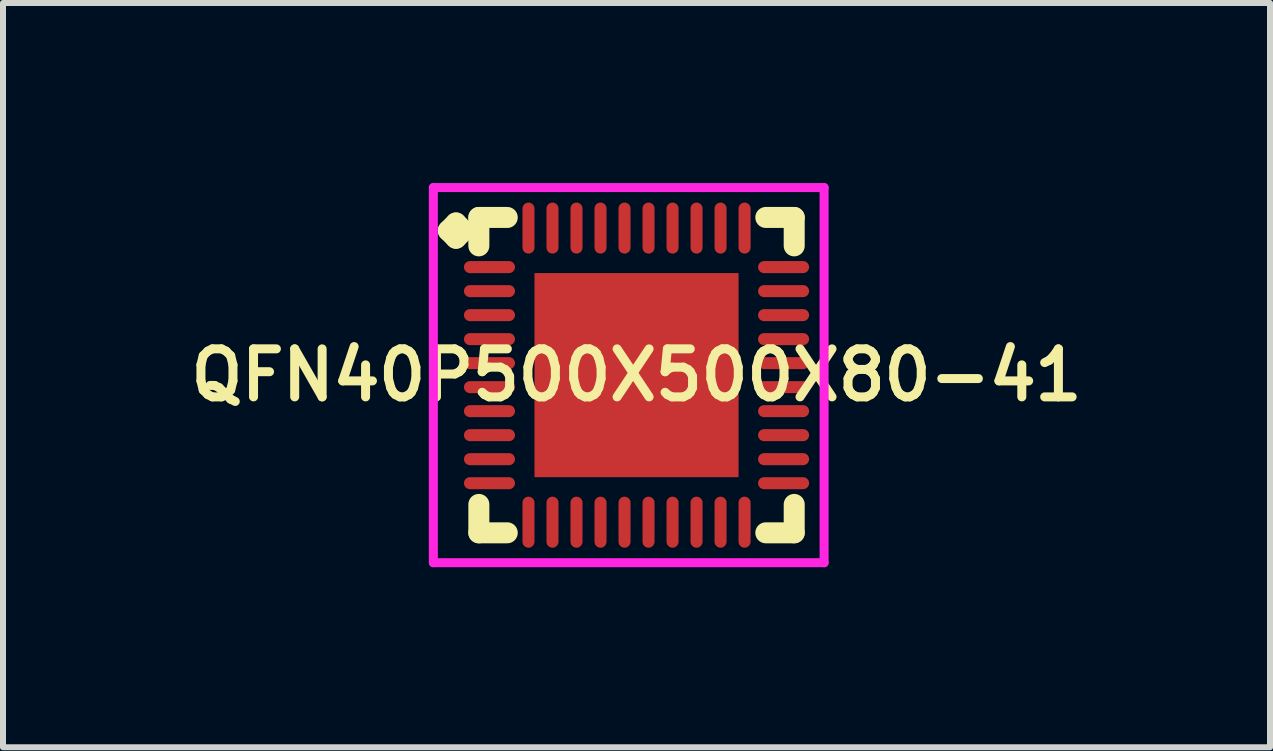
<source format=kicad_pcb>
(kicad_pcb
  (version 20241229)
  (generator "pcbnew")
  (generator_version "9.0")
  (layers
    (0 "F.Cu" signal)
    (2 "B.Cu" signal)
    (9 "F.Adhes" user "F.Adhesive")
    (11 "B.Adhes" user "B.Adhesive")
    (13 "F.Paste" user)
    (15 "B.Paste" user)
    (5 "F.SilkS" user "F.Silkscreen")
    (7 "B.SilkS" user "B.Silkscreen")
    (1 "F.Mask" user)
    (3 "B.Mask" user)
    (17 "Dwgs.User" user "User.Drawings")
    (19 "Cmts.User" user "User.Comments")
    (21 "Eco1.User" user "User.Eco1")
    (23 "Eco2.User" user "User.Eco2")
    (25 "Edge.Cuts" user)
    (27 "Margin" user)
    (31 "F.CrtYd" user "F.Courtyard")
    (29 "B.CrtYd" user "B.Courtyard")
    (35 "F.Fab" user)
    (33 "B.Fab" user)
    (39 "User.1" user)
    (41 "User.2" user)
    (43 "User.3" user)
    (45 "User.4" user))
  (footprint "QFN40P500X500X80-41"
    (layer "F.Cu")
    (at 7.555 3.2)
    (property "Reference" "QFN40P500X500X80-41" (at 0 0 0) (layer "F.SilkS") (effects (font (size 0.8 0.8) (thickness 0.15))))
    (attr smd)
    (fp_line (start -3.135 -2.408) (end -3.008 -2.535) (stroke (width 0.35) (type solid)) (layer "F.SilkS"))
    (fp_line (start -3.008 -2.535) (end -2.881 -2.408) (stroke (width 0.35) (type solid)) (layer "F.SilkS"))
    (fp_line (start -3.008 -2.281) (end -3.135 -2.408) (stroke (width 0.35) (type solid)) (layer "F.SilkS"))
    (fp_line (start -2.881 -2.408) (end -3.008 -2.281) (stroke (width 0.35) (type solid)) (layer "F.SilkS"))
    (fp_line (start -2.627 -2.627) (end -2.154 -2.627) (stroke (width 0.35) (type solid)) (layer "F.SilkS"))
    (fp_line (start -2.627 -2.154) (end -2.627 -2.627) (stroke (width 0.35) (type solid)) (layer "F.SilkS"))
    (fp_line (start -2.627 2.154) (end -2.627 2.627) (stroke (width 0.35) (type solid)) (layer "F.SilkS"))
    (fp_line (start -2.627 2.627) (end -2.154 2.627) (stroke (width 0.35) (type solid)) (layer "F.SilkS"))
    (fp_line (start 2.154 -2.627) (end 2.627 -2.627) (stroke (width 0.35) (type solid)) (layer "F.SilkS"))
    (fp_line (start 2.154 2.627) (end 2.627 2.627) (stroke (width 0.35) (type solid)) (layer "F.SilkS"))
    (fp_line (start 2.627 -2.627) (end 2.627 -2.154) (stroke (width 0.35) (type solid)) (layer "F.SilkS"))
    (fp_line (start 2.627 2.627) (end 2.627 2.154) (stroke (width 0.35) (type solid)) (layer "F.SilkS"))
    (fp_line (start -3.385 -3.125) (end 3.125 -3.125) (stroke (width 0.15) (type solid)) (layer "F.CrtYd"))
    (fp_line (start -3.385 3.125) (end -3.385 -3.125) (stroke (width 0.15) (type solid)) (layer "F.CrtYd"))
    (fp_line (start 3.125 -3.125) (end 3.125 3.125) (stroke (width 0.15) (type solid)) (layer "F.CrtYd"))
    (fp_line (start 3.125 3.125) (end -3.385 3.125) (stroke (width 0.15) (type solid)) (layer "F.CrtYd"))
    (pad "1" smd oval (at -2.45 -1.8) (size 0.85 0.2) (layers "F.Cu" "F.Mask" "F.Paste"))
    (pad "2" smd oval (at -2.45 -1.4) (size 0.85 0.2) (layers "F.Cu" "F.Mask" "F.Paste"))
    (pad "3" smd oval (at -2.45 -1) (size 0.85 0.2) (layers "F.Cu" "F.Mask" "F.Paste"))
    (pad "4" smd oval (at -2.45 -0.6) (size 0.85 0.2) (layers "F.Cu" "F.Mask" "F.Paste"))
    (pad "5" smd oval (at -2.45 -0.2) (size 0.85 0.2) (layers "F.Cu" "F.Mask" "F.Paste"))
    (pad "6" smd oval (at -2.45 0.2) (size 0.85 0.2) (layers "F.Cu" "F.Mask" "F.Paste"))
    (pad "7" smd oval (at -2.45 0.6) (size 0.85 0.2) (layers "F.Cu" "F.Mask" "F.Paste"))
    (pad "8" smd oval (at -2.45 1) (size 0.85 0.2) (layers "F.Cu" "F.Mask" "F.Paste"))
    (pad "9" smd oval (at -2.45 1.4) (size 0.85 0.2) (layers "F.Cu" "F.Mask" "F.Paste"))
    (pad "10" smd oval (at -2.45 1.8) (size 0.85 0.2) (layers "F.Cu" "F.Mask" "F.Paste"))
    (pad "11" smd oval (at -1.8 2.45) (size 0.2 0.85) (layers "F.Cu" "F.Mask" "F.Paste"))
    (pad "12" smd oval (at -1.4 2.45) (size 0.2 0.85) (layers "F.Cu" "F.Mask" "F.Paste"))
    (pad "13" smd oval (at -1 2.45) (size 0.2 0.85) (layers "F.Cu" "F.Mask" "F.Paste"))
    (pad "14" smd oval (at -0.6 2.45) (size 0.2 0.85) (layers "F.Cu" "F.Mask" "F.Paste"))
    (pad "15" smd oval (at -0.2 2.45) (size 0.2 0.85) (layers "F.Cu" "F.Mask" "F.Paste"))
    (pad "16" smd oval (at 0.2 2.45) (size 0.2 0.85) (layers "F.Cu" "F.Mask" "F.Paste"))
    (pad "17" smd oval (at 0.6 2.45) (size 0.2 0.85) (layers "F.Cu" "F.Mask" "F.Paste"))
    (pad "18" smd oval (at 1 2.45) (size 0.2 0.85) (layers "F.Cu" "F.Mask" "F.Paste"))
    (pad "19" smd oval (at 1.4 2.45) (size 0.2 0.85) (layers "F.Cu" "F.Mask" "F.Paste"))
    (pad "20" smd oval (at 1.8 2.45) (size 0.2 0.85) (layers "F.Cu" "F.Mask" "F.Paste"))
    (pad "21" smd oval (at 2.45 1.8) (size 0.85 0.2) (layers "F.Cu" "F.Mask" "F.Paste"))
    (pad "22" smd oval (at 2.45 1.4) (size 0.85 0.2) (layers "F.Cu" "F.Mask" "F.Paste"))
    (pad "23" smd oval (at 2.45 1) (size 0.85 0.2) (layers "F.Cu" "F.Mask" "F.Paste"))
    (pad "24" smd oval (at 2.45 0.6) (size 0.85 0.2) (layers "F.Cu" "F.Mask" "F.Paste"))
    (pad "25" smd oval (at 2.45 0.2) (size 0.85 0.2) (layers "F.Cu" "F.Mask" "F.Paste"))
    (pad "26" smd oval (at 2.45 -0.2) (size 0.85 0.2) (layers "F.Cu" "F.Mask" "F.Paste"))
    (pad "27" smd oval (at 2.45 -0.6) (size 0.85 0.2) (layers "F.Cu" "F.Mask" "F.Paste"))
    (pad "28" smd oval (at 2.45 -1) (size 0.85 0.2) (layers "F.Cu" "F.Mask" "F.Paste"))
    (pad "29" smd oval (at 2.45 -1.4) (size 0.85 0.2) (layers "F.Cu" "F.Mask" "F.Paste"))
    (pad "30" smd oval (at 2.45 -1.8) (size 0.85 0.2) (layers "F.Cu" "F.Mask" "F.Paste"))
    (pad "31" smd oval (at 1.8 -2.45) (size 0.2 0.85) (layers "F.Cu" "F.Mask" "F.Paste"))
    (pad "32" smd oval (at 1.4 -2.45) (size 0.2 0.85) (layers "F.Cu" "F.Mask" "F.Paste"))
    (pad "33" smd oval (at 1 -2.45) (size 0.2 0.85) (layers "F.Cu" "F.Mask" "F.Paste"))
    (pad "34" smd oval (at 0.6 -2.45) (size 0.2 0.85) (layers "F.Cu" "F.Mask" "F.Paste"))
    (pad "35" smd oval (at 0.2 -2.45) (size 0.2 0.85) (layers "F.Cu" "F.Mask" "F.Paste"))
    (pad "36" smd oval (at -0.2 -2.45) (size 0.2 0.85) (layers "F.Cu" "F.Mask" "F.Paste"))
    (pad "37" smd oval (at -0.6 -2.45) (size 0.2 0.85) (layers "F.Cu" "F.Mask" "F.Paste"))
    (pad "38" smd oval (at -1 -2.45) (size 0.2 0.85) (layers "F.Cu" "F.Mask" "F.Paste"))
    (pad "39" smd oval (at -1.4 -2.45) (size 0.2 0.85) (layers "F.Cu" "F.Mask" "F.Paste"))
    (pad "40" smd oval (at -1.8 -2.45) (size 0.2 0.85) (layers "F.Cu" "F.Mask" "F.Paste"))
    (pad "41" smd rect (at 0 0) (size 3.4 3.4) (layers "F.Cu" "F.Mask" "F.Paste")))
  (gr_rect
    (start -3 -3)
    (end 18.109 9.4)
    (stroke (width 0.1) (type default))
    (fill no)
    (layer "Edge.Cuts")))
</source>
